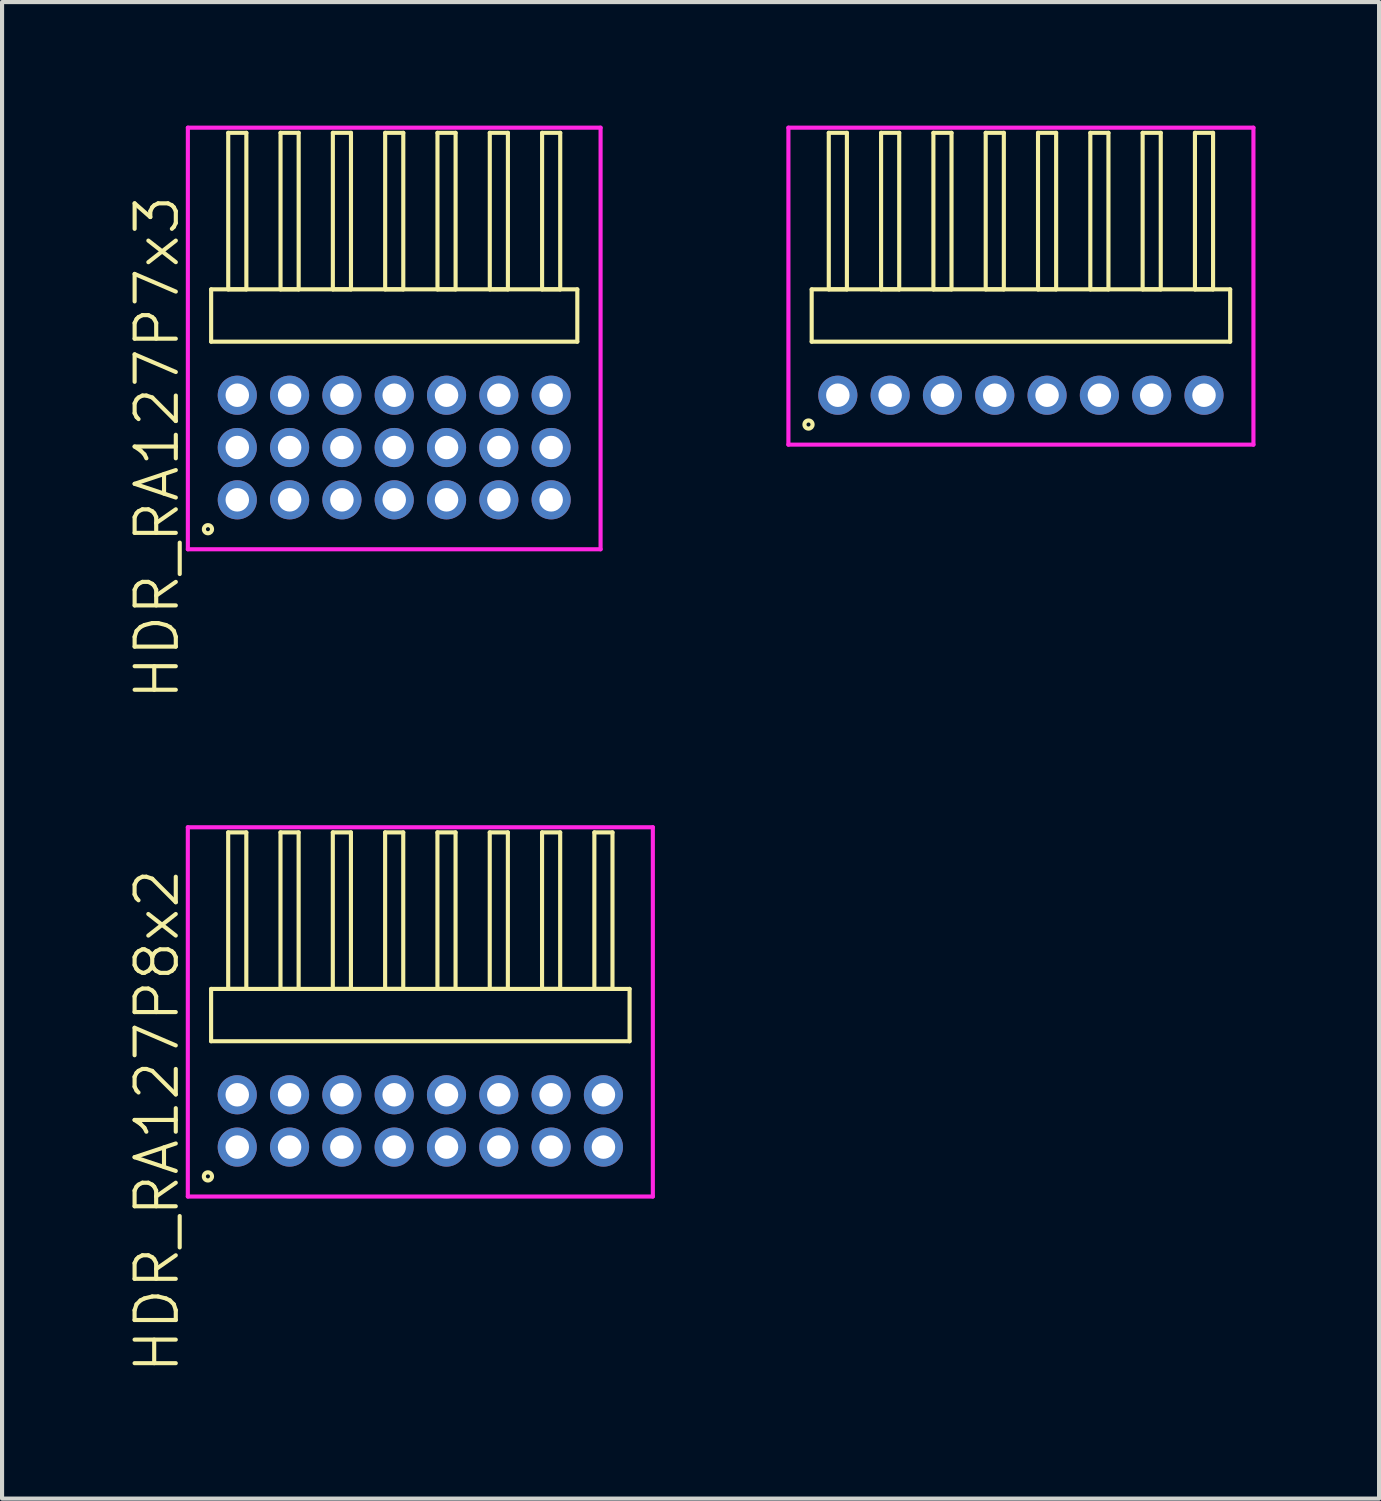
<source format=kicad_pcb>
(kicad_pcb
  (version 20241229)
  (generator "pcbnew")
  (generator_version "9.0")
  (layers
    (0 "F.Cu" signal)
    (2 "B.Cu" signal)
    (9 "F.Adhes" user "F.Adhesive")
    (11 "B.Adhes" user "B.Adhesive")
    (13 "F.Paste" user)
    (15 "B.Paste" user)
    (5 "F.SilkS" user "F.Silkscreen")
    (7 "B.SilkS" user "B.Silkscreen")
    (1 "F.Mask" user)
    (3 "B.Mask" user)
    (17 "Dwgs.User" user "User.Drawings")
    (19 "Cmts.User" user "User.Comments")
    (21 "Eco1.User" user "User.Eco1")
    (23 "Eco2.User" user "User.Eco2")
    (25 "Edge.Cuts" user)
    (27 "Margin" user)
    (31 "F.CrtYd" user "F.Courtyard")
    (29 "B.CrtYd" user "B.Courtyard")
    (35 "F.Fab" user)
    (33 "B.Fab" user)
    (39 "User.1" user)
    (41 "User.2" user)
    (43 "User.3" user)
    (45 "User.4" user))
  (footprint "HDR_RA127P8x1"
    (layer "F.Cu")
    (at 21.736 6.545)
    (property "Reference" "HDR_RA127P8x1" (at -6.395 0 90) (layer "User.1") (effects (font (size 1 1) (thickness 0.1))))
    (attr through_hole)
    (fp_line (start -5.08 -2.57) (end -5.08 -1.3) (stroke (width 0.1) (type solid)) (layer "F.SilkS"))
    (fp_line (start -5.08 -1.3) (end 5.08 -1.3) (stroke (width 0.1) (type solid)) (layer "F.SilkS"))
    (fp_line (start -4.665 -6.37) (end -4.665 -2.57) (stroke (width 0.1) (type solid)) (layer "F.SilkS"))
    (fp_line (start -4.665 -2.57) (end -4.225 -2.57) (stroke (width 0.1) (type solid)) (layer "F.SilkS"))
    (fp_line (start -4.225 -6.37) (end -4.665 -6.37) (stroke (width 0.1) (type solid)) (layer "F.SilkS"))
    (fp_line (start -4.225 -2.57) (end -4.225 -6.37) (stroke (width 0.1) (type solid)) (layer "F.SilkS"))
    (fp_line (start -3.395 -6.37) (end -3.395 -2.57) (stroke (width 0.1) (type solid)) (layer "F.SilkS"))
    (fp_line (start -3.395 -2.57) (end -2.955 -2.57) (stroke (width 0.1) (type solid)) (layer "F.SilkS"))
    (fp_line (start -2.955 -6.37) (end -3.395 -6.37) (stroke (width 0.1) (type solid)) (layer "F.SilkS"))
    (fp_line (start -2.955 -2.57) (end -2.955 -6.37) (stroke (width 0.1) (type solid)) (layer "F.SilkS"))
    (fp_line (start -2.125 -6.37) (end -2.125 -2.57) (stroke (width 0.1) (type solid)) (layer "F.SilkS"))
    (fp_line (start -2.125 -2.57) (end -1.685 -2.57) (stroke (width 0.1) (type solid)) (layer "F.SilkS"))
    (fp_line (start -1.685 -6.37) (end -2.125 -6.37) (stroke (width 0.1) (type solid)) (layer "F.SilkS"))
    (fp_line (start -1.685 -2.57) (end -1.685 -6.37) (stroke (width 0.1) (type solid)) (layer "F.SilkS"))
    (fp_line (start -0.855 -6.37) (end -0.855 -2.57) (stroke (width 0.1) (type solid)) (layer "F.SilkS"))
    (fp_line (start -0.855 -2.57) (end -0.415 -2.57) (stroke (width 0.1) (type solid)) (layer "F.SilkS"))
    (fp_line (start -0.415 -6.37) (end -0.855 -6.37) (stroke (width 0.1) (type solid)) (layer "F.SilkS"))
    (fp_line (start -0.415 -2.57) (end -0.415 -6.37) (stroke (width 0.1) (type solid)) (layer "F.SilkS"))
    (fp_line (start 0.415 -6.37) (end 0.415 -2.57) (stroke (width 0.1) (type solid)) (layer "F.SilkS"))
    (fp_line (start 0.415 -2.57) (end 0.855 -2.57) (stroke (width 0.1) (type solid)) (layer "F.SilkS"))
    (fp_line (start 0.855 -6.37) (end 0.415 -6.37) (stroke (width 0.1) (type solid)) (layer "F.SilkS"))
    (fp_line (start 0.855 -2.57) (end 0.855 -6.37) (stroke (width 0.1) (type solid)) (layer "F.SilkS"))
    (fp_line (start 1.685 -6.37) (end 1.685 -2.57) (stroke (width 0.1) (type solid)) (layer "F.SilkS"))
    (fp_line (start 1.685 -2.57) (end 2.125 -2.57) (stroke (width 0.1) (type solid)) (layer "F.SilkS"))
    (fp_line (start 2.125 -6.37) (end 1.685 -6.37) (stroke (width 0.1) (type solid)) (layer "F.SilkS"))
    (fp_line (start 2.125 -2.57) (end 2.125 -6.37) (stroke (width 0.1) (type solid)) (layer "F.SilkS"))
    (fp_line (start 2.955 -6.37) (end 2.955 -2.57) (stroke (width 0.1) (type solid)) (layer "F.SilkS"))
    (fp_line (start 2.955 -2.57) (end 3.395 -2.57) (stroke (width 0.1) (type solid)) (layer "F.SilkS"))
    (fp_line (start 3.395 -6.37) (end 2.955 -6.37) (stroke (width 0.1) (type solid)) (layer "F.SilkS"))
    (fp_line (start 3.395 -2.57) (end 3.395 -6.37) (stroke (width 0.1) (type solid)) (layer "F.SilkS"))
    (fp_line (start 4.225 -6.37) (end 4.225 -2.57) (stroke (width 0.1) (type solid)) (layer "F.SilkS"))
    (fp_line (start 4.225 -2.57) (end 4.665 -2.57) (stroke (width 0.1) (type solid)) (layer "F.SilkS"))
    (fp_line (start 4.665 -6.37) (end 4.225 -6.37) (stroke (width 0.1) (type solid)) (layer "F.SilkS"))
    (fp_line (start 4.665 -2.57) (end 4.665 -6.37) (stroke (width 0.1) (type solid)) (layer "F.SilkS"))
    (fp_line (start 5.08 -2.57) (end -5.08 -2.57) (stroke (width 0.1) (type solid)) (layer "F.SilkS"))
    (fp_line (start 5.08 -1.3) (end 5.08 -2.57) (stroke (width 0.1) (type solid)) (layer "F.SilkS"))
    (fp_circle (center -5.157 0.712) (end -5.058 0.712) (stroke (width 0.1) (type solid)) (fill no) (layer "F.SilkS"))
    (fp_line (start -5.645 -6.495) (end -5.645 1.2) (stroke (width 0.1) (type solid)) (layer "F.CrtYd"))
    (fp_line (start -5.645 1.2) (end 5.645 1.2) (stroke (width 0.1) (type solid)) (layer "F.CrtYd"))
    (fp_line (start 5.645 -6.495) (end -5.645 -6.495) (stroke (width 0.1) (type solid)) (layer "F.CrtYd"))
    (fp_line (start 5.645 1.2) (end 5.645 -6.495) (stroke (width 0.1) (type solid)) (layer "F.CrtYd"))
    (pad "1" thru_hole oval (at -4.445 0) (size 0.95 0.95) (drill 0.57) (layers "*.Cu" "*.Mask"))
    (pad "2" thru_hole oval (at -3.175 0) (size 0.95 0.95) (drill 0.57) (layers "*.Cu" "*.Mask"))
    (pad "3" thru_hole oval (at -1.905 0) (size 0.95 0.95) (drill 0.57) (layers "*.Cu" "*.Mask"))
    (pad "4" thru_hole oval (at -0.635 0) (size 0.95 0.95) (drill 0.57) (layers "*.Cu" "*.Mask"))
    (pad "5" thru_hole oval (at 0.635 0) (size 0.95 0.95) (drill 0.57) (layers "*.Cu" "*.Mask"))
    (pad "6" thru_hole oval (at 1.905 0) (size 0.95 0.95) (drill 0.57) (layers "*.Cu" "*.Mask"))
    (pad "7" thru_hole oval (at 3.175 0) (size 0.95 0.95) (drill 0.57) (layers "*.Cu" "*.Mask"))
    (pad "8" thru_hole oval (at 4.445 0) (size 0.95 0.95) (drill 0.57) (layers "*.Cu" "*.Mask")))
  (footprint "HDR_RA127P7x3"
    (layer "F.Cu")
    (at 6.521 7.815)
    (property "Reference" "HDR_RA127P7x3" (at -5.76 0 90) (layer "F.SilkS") (effects (font (size 1 1) (thickness 0.1))))
    (attr through_hole)
    (fp_line (start -4.445 -3.84) (end -4.445 -2.57) (stroke (width 0.1) (type solid)) (layer "F.SilkS"))
    (fp_line (start -4.445 -2.57) (end 4.445 -2.57) (stroke (width 0.1) (type solid)) (layer "F.SilkS"))
    (fp_line (start -4.03 -7.64) (end -4.03 -3.84) (stroke (width 0.1) (type solid)) (layer "F.SilkS"))
    (fp_line (start -4.03 -3.84) (end -3.59 -3.84) (stroke (width 0.1) (type solid)) (layer "F.SilkS"))
    (fp_line (start -3.59 -7.64) (end -4.03 -7.64) (stroke (width 0.1) (type solid)) (layer "F.SilkS"))
    (fp_line (start -3.59 -3.84) (end -3.59 -7.64) (stroke (width 0.1) (type solid)) (layer "F.SilkS"))
    (fp_line (start -2.76 -7.64) (end -2.76 -3.84) (stroke (width 0.1) (type solid)) (layer "F.SilkS"))
    (fp_line (start -2.76 -3.84) (end -2.32 -3.84) (stroke (width 0.1) (type solid)) (layer "F.SilkS"))
    (fp_line (start -2.32 -7.64) (end -2.76 -7.64) (stroke (width 0.1) (type solid)) (layer "F.SilkS"))
    (fp_line (start -2.32 -3.84) (end -2.32 -7.64) (stroke (width 0.1) (type solid)) (layer "F.SilkS"))
    (fp_line (start -1.49 -7.64) (end -1.49 -3.84) (stroke (width 0.1) (type solid)) (layer "F.SilkS"))
    (fp_line (start -1.49 -3.84) (end -1.05 -3.84) (stroke (width 0.1) (type solid)) (layer "F.SilkS"))
    (fp_line (start -1.05 -7.64) (end -1.49 -7.64) (stroke (width 0.1) (type solid)) (layer "F.SilkS"))
    (fp_line (start -1.05 -3.84) (end -1.05 -7.64) (stroke (width 0.1) (type solid)) (layer "F.SilkS"))
    (fp_line (start -0.22 -7.64) (end -0.22 -3.84) (stroke (width 0.1) (type solid)) (layer "F.SilkS"))
    (fp_line (start -0.22 -3.84) (end 0.22 -3.84) (stroke (width 0.1) (type solid)) (layer "F.SilkS"))
    (fp_line (start 0.22 -7.64) (end -0.22 -7.64) (stroke (width 0.1) (type solid)) (layer "F.SilkS"))
    (fp_line (start 0.22 -3.84) (end 0.22 -7.64) (stroke (width 0.1) (type solid)) (layer "F.SilkS"))
    (fp_line (start 1.05 -7.64) (end 1.05 -3.84) (stroke (width 0.1) (type solid)) (layer "F.SilkS"))
    (fp_line (start 1.05 -3.84) (end 1.49 -3.84) (stroke (width 0.1) (type solid)) (layer "F.SilkS"))
    (fp_line (start 1.49 -7.64) (end 1.05 -7.64) (stroke (width 0.1) (type solid)) (layer "F.SilkS"))
    (fp_line (start 1.49 -3.84) (end 1.49 -7.64) (stroke (width 0.1) (type solid)) (layer "F.SilkS"))
    (fp_line (start 2.32 -7.64) (end 2.32 -3.84) (stroke (width 0.1) (type solid)) (layer "F.SilkS"))
    (fp_line (start 2.32 -3.84) (end 2.76 -3.84) (stroke (width 0.1) (type solid)) (layer "F.SilkS"))
    (fp_line (start 2.76 -7.64) (end 2.32 -7.64) (stroke (width 0.1) (type solid)) (layer "F.SilkS"))
    (fp_line (start 2.76 -3.84) (end 2.76 -7.64) (stroke (width 0.1) (type solid)) (layer "F.SilkS"))
    (fp_line (start 3.59 -7.64) (end 3.59 -3.84) (stroke (width 0.1) (type solid)) (layer "F.SilkS"))
    (fp_line (start 3.59 -3.84) (end 4.03 -3.84) (stroke (width 0.1) (type solid)) (layer "F.SilkS"))
    (fp_line (start 4.03 -7.64) (end 3.59 -7.64) (stroke (width 0.1) (type solid)) (layer "F.SilkS"))
    (fp_line (start 4.03 -3.84) (end 4.03 -7.64) (stroke (width 0.1) (type solid)) (layer "F.SilkS"))
    (fp_line (start 4.445 -3.84) (end -4.445 -3.84) (stroke (width 0.1) (type solid)) (layer "F.SilkS"))
    (fp_line (start 4.445 -2.57) (end 4.445 -3.84) (stroke (width 0.1) (type solid)) (layer "F.SilkS"))
    (fp_circle (center -4.522 1.983) (end -4.423 1.983) (stroke (width 0.1) (type solid)) (fill no) (layer "F.SilkS"))
    (fp_line (start -5.01 -7.765) (end -5.01 2.47) (stroke (width 0.1) (type solid)) (layer "F.CrtYd"))
    (fp_line (start -5.01 2.47) (end 5.01 2.47) (stroke (width 0.1) (type solid)) (layer "F.CrtYd"))
    (fp_line (start 5.01 -7.765) (end -5.01 -7.765) (stroke (width 0.1) (type solid)) (layer "F.CrtYd"))
    (fp_line (start 5.01 2.47) (end 5.01 -7.765) (stroke (width 0.1) (type solid)) (layer "F.CrtYd"))
    (pad "1" thru_hole oval (at -3.81 1.27) (size 0.95 0.95) (drill 0.57) (layers "*.Cu" "*.Mask"))
    (pad "2" thru_hole oval (at -3.81 0) (size 0.95 0.95) (drill 0.57) (layers "*.Cu" "*.Mask"))
    (pad "3" thru_hole oval (at -3.81 -1.27) (size 0.95 0.95) (drill 0.57) (layers "*.Cu" "*.Mask"))
    (pad "4" thru_hole oval (at -2.54 1.27) (size 0.95 0.95) (drill 0.57) (layers "*.Cu" "*.Mask"))
    (pad "5" thru_hole oval (at -2.54 0) (size 0.95 0.95) (drill 0.57) (layers "*.Cu" "*.Mask"))
    (pad "6" thru_hole oval (at -2.54 -1.27) (size 0.95 0.95) (drill 0.57) (layers "*.Cu" "*.Mask"))
    (pad "7" thru_hole oval (at -1.27 1.27) (size 0.95 0.95) (drill 0.57) (layers "*.Cu" "*.Mask"))
    (pad "8" thru_hole oval (at -1.27 0) (size 0.95 0.95) (drill 0.57) (layers "*.Cu" "*.Mask"))
    (pad "9" thru_hole oval (at -1.27 -1.27) (size 0.95 0.95) (drill 0.57) (layers "*.Cu" "*.Mask"))
    (pad "10" thru_hole oval (at 0 1.27) (size 0.95 0.95) (drill 0.57) (layers "*.Cu" "*.Mask"))
    (pad "11" thru_hole oval (at 0 0) (size 0.95 0.95) (drill 0.57) (layers "*.Cu" "*.Mask"))
    (pad "12" thru_hole oval (at 0 -1.27) (size 0.95 0.95) (drill 0.57) (layers "*.Cu" "*.Mask"))
    (pad "13" thru_hole oval (at 1.27 1.27) (size 0.95 0.95) (drill 0.57) (layers "*.Cu" "*.Mask"))
    (pad "14" thru_hole oval (at 1.27 0) (size 0.95 0.95) (drill 0.57) (layers "*.Cu" "*.Mask"))
    (pad "15" thru_hole oval (at 1.27 -1.27) (size 0.95 0.95) (drill 0.57) (layers "*.Cu" "*.Mask"))
    (pad "16" thru_hole oval (at 2.54 1.27) (size 0.95 0.95) (drill 0.57) (layers "*.Cu" "*.Mask"))
    (pad "17" thru_hole oval (at 2.54 0) (size 0.95 0.95) (drill 0.57) (layers "*.Cu" "*.Mask"))
    (pad "18" thru_hole oval (at 2.54 -1.27) (size 0.95 0.95) (drill 0.57) (layers "*.Cu" "*.Mask"))
    (pad "19" thru_hole oval (at 3.81 1.27) (size 0.95 0.95) (drill 0.57) (layers "*.Cu" "*.Mask"))
    (pad "20" thru_hole oval (at 3.81 0) (size 0.95 0.95) (drill 0.57) (layers "*.Cu" "*.Mask"))
    (pad "21" thru_hole oval (at 3.81 -1.27) (size 0.95 0.95) (drill 0.57) (layers "*.Cu" "*.Mask")))
  (footprint "HDR_RA127P8x2"
    (layer "F.Cu")
    (at 7.155 24.164)
    (property "Reference" "HDR_RA127P8x2" (at -6.395 0 90) (layer "F.SilkS") (effects (font (size 1 1) (thickness 0.1))))
    (attr through_hole)
    (fp_line (start -5.08 -3.205) (end -5.08 -1.935) (stroke (width 0.1) (type solid)) (layer "F.SilkS"))
    (fp_line (start -5.08 -1.935) (end 5.08 -1.935) (stroke (width 0.1) (type solid)) (layer "F.SilkS"))
    (fp_line (start -4.665 -7.005) (end -4.665 -3.205) (stroke (width 0.1) (type solid)) (layer "F.SilkS"))
    (fp_line (start -4.665 -3.205) (end -4.225 -3.205) (stroke (width 0.1) (type solid)) (layer "F.SilkS"))
    (fp_line (start -4.225 -7.005) (end -4.665 -7.005) (stroke (width 0.1) (type solid)) (layer "F.SilkS"))
    (fp_line (start -4.225 -3.205) (end -4.225 -7.005) (stroke (width 0.1) (type solid)) (layer "F.SilkS"))
    (fp_line (start -3.395 -7.005) (end -3.395 -3.205) (stroke (width 0.1) (type solid)) (layer "F.SilkS"))
    (fp_line (start -3.395 -3.205) (end -2.955 -3.205) (stroke (width 0.1) (type solid)) (layer "F.SilkS"))
    (fp_line (start -2.955 -7.005) (end -3.395 -7.005) (stroke (width 0.1) (type solid)) (layer "F.SilkS"))
    (fp_line (start -2.955 -3.205) (end -2.955 -7.005) (stroke (width 0.1) (type solid)) (layer "F.SilkS"))
    (fp_line (start -2.125 -7.005) (end -2.125 -3.205) (stroke (width 0.1) (type solid)) (layer "F.SilkS"))
    (fp_line (start -2.125 -3.205) (end -1.685 -3.205) (stroke (width 0.1) (type solid)) (layer "F.SilkS"))
    (fp_line (start -1.685 -7.005) (end -2.125 -7.005) (stroke (width 0.1) (type solid)) (layer "F.SilkS"))
    (fp_line (start -1.685 -3.205) (end -1.685 -7.005) (stroke (width 0.1) (type solid)) (layer "F.SilkS"))
    (fp_line (start -0.855 -7.005) (end -0.855 -3.205) (stroke (width 0.1) (type solid)) (layer "F.SilkS"))
    (fp_line (start -0.855 -3.205) (end -0.415 -3.205) (stroke (width 0.1) (type solid)) (layer "F.SilkS"))
    (fp_line (start -0.415 -7.005) (end -0.855 -7.005) (stroke (width 0.1) (type solid)) (layer "F.SilkS"))
    (fp_line (start -0.415 -3.205) (end -0.415 -7.005) (stroke (width 0.1) (type solid)) (layer "F.SilkS"))
    (fp_line (start 0.415 -7.005) (end 0.415 -3.205) (stroke (width 0.1) (type solid)) (layer "F.SilkS"))
    (fp_line (start 0.415 -3.205) (end 0.855 -3.205) (stroke (width 0.1) (type solid)) (layer "F.SilkS"))
    (fp_line (start 0.855 -7.005) (end 0.415 -7.005) (stroke (width 0.1) (type solid)) (layer "F.SilkS"))
    (fp_line (start 0.855 -3.205) (end 0.855 -7.005) (stroke (width 0.1) (type solid)) (layer "F.SilkS"))
    (fp_line (start 1.685 -7.005) (end 1.685 -3.205) (stroke (width 0.1) (type solid)) (layer "F.SilkS"))
    (fp_line (start 1.685 -3.205) (end 2.125 -3.205) (stroke (width 0.1) (type solid)) (layer "F.SilkS"))
    (fp_line (start 2.125 -7.005) (end 1.685 -7.005) (stroke (width 0.1) (type solid)) (layer "F.SilkS"))
    (fp_line (start 2.125 -3.205) (end 2.125 -7.005) (stroke (width 0.1) (type solid)) (layer "F.SilkS"))
    (fp_line (start 2.955 -7.005) (end 2.955 -3.205) (stroke (width 0.1) (type solid)) (layer "F.SilkS"))
    (fp_line (start 2.955 -3.205) (end 3.395 -3.205) (stroke (width 0.1) (type solid)) (layer "F.SilkS"))
    (fp_line (start 3.395 -7.005) (end 2.955 -7.005) (stroke (width 0.1) (type solid)) (layer "F.SilkS"))
    (fp_line (start 3.395 -3.205) (end 3.395 -7.005) (stroke (width 0.1) (type solid)) (layer "F.SilkS"))
    (fp_line (start 4.225 -7.005) (end 4.225 -3.205) (stroke (width 0.1) (type solid)) (layer "F.SilkS"))
    (fp_line (start 4.225 -3.205) (end 4.665 -3.205) (stroke (width 0.1) (type solid)) (layer "F.SilkS"))
    (fp_line (start 4.665 -7.005) (end 4.225 -7.005) (stroke (width 0.1) (type solid)) (layer "F.SilkS"))
    (fp_line (start 4.665 -3.205) (end 4.665 -7.005) (stroke (width 0.1) (type solid)) (layer "F.SilkS"))
    (fp_line (start 5.08 -3.205) (end -5.08 -3.205) (stroke (width 0.1) (type solid)) (layer "F.SilkS"))
    (fp_line (start 5.08 -1.935) (end 5.08 -3.205) (stroke (width 0.1) (type solid)) (layer "F.SilkS"))
    (fp_circle (center -5.157 1.347) (end -5.058 1.347) (stroke (width 0.1) (type solid)) (fill no) (layer "F.SilkS"))
    (fp_line (start -5.645 -7.13) (end -5.645 1.835) (stroke (width 0.1) (type solid)) (layer "F.CrtYd"))
    (fp_line (start -5.645 1.835) (end 5.645 1.835) (stroke (width 0.1) (type solid)) (layer "F.CrtYd"))
    (fp_line (start 5.645 -7.13) (end -5.645 -7.13) (stroke (width 0.1) (type solid)) (layer "F.CrtYd"))
    (fp_line (start 5.645 1.835) (end 5.645 -7.13) (stroke (width 0.1) (type solid)) (layer "F.CrtYd"))
    (pad "1" thru_hole oval (at -4.445 0.635) (size 0.95 0.95) (drill 0.57) (layers "*.Cu" "*.Mask"))
    (pad "2" thru_hole oval (at -4.445 -0.635) (size 0.95 0.95) (drill 0.57) (layers "*.Cu" "*.Mask"))
    (pad "3" thru_hole oval (at -3.175 0.635) (size 0.95 0.95) (drill 0.57) (layers "*.Cu" "*.Mask"))
    (pad "4" thru_hole oval (at -3.175 -0.635) (size 0.95 0.95) (drill 0.57) (layers "*.Cu" "*.Mask"))
    (pad "5" thru_hole oval (at -1.905 0.635) (size 0.95 0.95) (drill 0.57) (layers "*.Cu" "*.Mask"))
    (pad "6" thru_hole oval (at -1.905 -0.635) (size 0.95 0.95) (drill 0.57) (layers "*.Cu" "*.Mask"))
    (pad "7" thru_hole oval (at -0.635 0.635) (size 0.95 0.95) (drill 0.57) (layers "*.Cu" "*.Mask"))
    (pad "8" thru_hole oval (at -0.635 -0.635) (size 0.95 0.95) (drill 0.57) (layers "*.Cu" "*.Mask"))
    (pad "9" thru_hole oval (at 0.635 0.635) (size 0.95 0.95) (drill 0.57) (layers "*.Cu" "*.Mask"))
    (pad "10" thru_hole oval (at 0.635 -0.635) (size 0.95 0.95) (drill 0.57) (layers "*.Cu" "*.Mask"))
    (pad "11" thru_hole oval (at 1.905 0.635) (size 0.95 0.95) (drill 0.57) (layers "*.Cu" "*.Mask"))
    (pad "12" thru_hole oval (at 1.905 -0.635) (size 0.95 0.95) (drill 0.57) (layers "*.Cu" "*.Mask"))
    (pad "13" thru_hole oval (at 3.175 0.635) (size 0.95 0.95) (drill 0.57) (layers "*.Cu" "*.Mask"))
    (pad "14" thru_hole oval (at 3.175 -0.635) (size 0.95 0.95) (drill 0.57) (layers "*.Cu" "*.Mask"))
    (pad "15" thru_hole oval (at 4.445 0.635) (size 0.95 0.95) (drill 0.57) (layers "*.Cu" "*.Mask"))
    (pad "16" thru_hole oval (at 4.445 -0.635) (size 0.95 0.95) (drill 0.57) (layers "*.Cu" "*.Mask")))
  (gr_rect
    (start -3 -3)
    (end 30.431 33.333)
    (stroke (width 0.1) (type default))
    (fill no)
    (layer "Edge.Cuts")))
</source>
